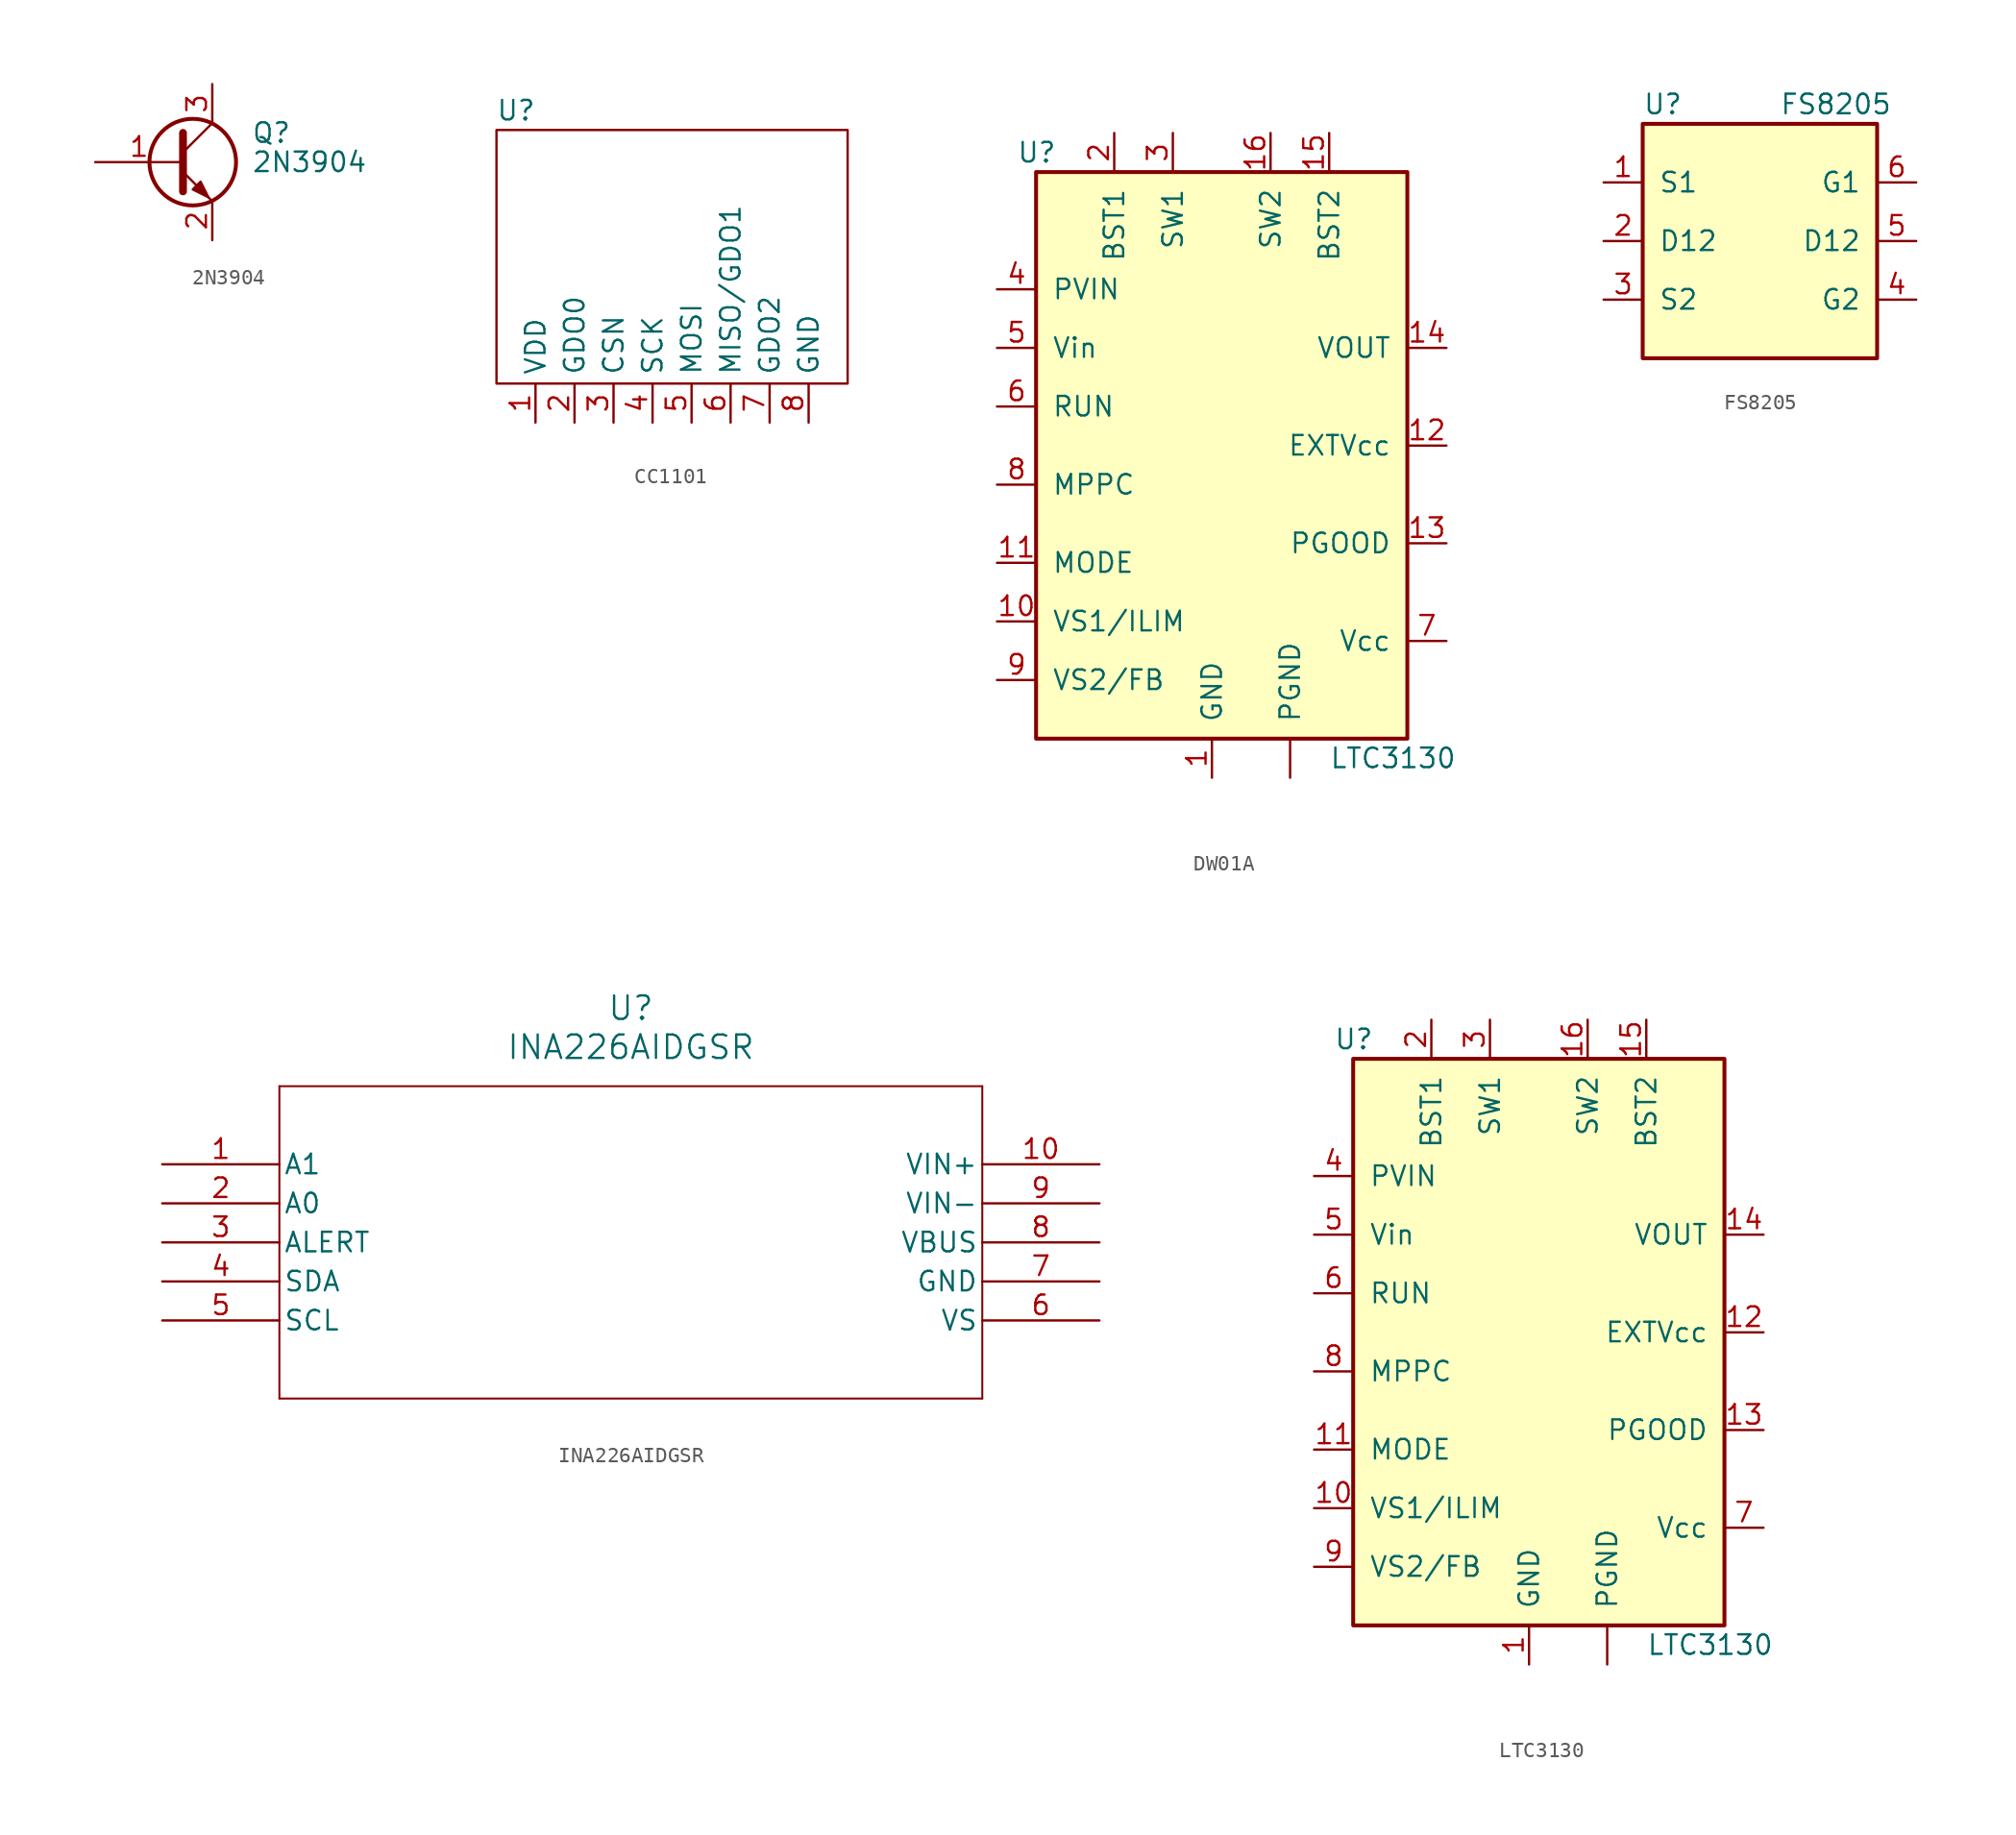
<source format=kicad_sym>
(kicad_symbol_lib
  (version 20220914)
  (generator kicad_symbol_editor)
  (symbol "2N3904"
    (pin_names
      (offset 0) hide)
    (property "Reference" "Q"
      (at 5.08 1.905 0)
      (effects (font (size 1.27 1.27)) (justify left)))
    (property "Value" "2N3904"
      (at 5.08 0 0)
      (effects (font (size 1.27 1.27)) (justify left)))
    (symbol "2N3904_0_1"
      (polyline (pts (xy 0.635 0.635) (xy 2.54 2.54)) (stroke (width 0) (type default)) (fill (type none)))
      (polyline (pts (xy 0.635 -0.635) (xy 2.54 -2.54) (xy 2.54 -2.54)) (stroke (width 0) (type default)) (fill (type none)))
      (polyline (pts (xy 0.635 1.905) (xy 0.635 -1.905) (xy 0.635 -1.905)) (stroke (width 0.508) (type default)) (fill (type none)))
      (polyline (pts (xy 1.27 -1.778) (xy 1.778 -1.27) (xy 2.286 -2.286) (xy 1.27 -1.778) (xy 1.27 -1.778)) (stroke (width 0) (type default)) (fill (type outline)))
      (circle (center 1.27 0) (radius 2.819) (stroke (width 0.254) (type default)) (fill (type none))))
    (symbol "2N3904_1_1"
      (pin passive line (at -5.08 0 0) (length 5.715) (name "B" (effects (font (size 1.27 1.27)))) (number "1" (effects (font (size 1.27 1.27)))))
      (pin passive line (at 2.54 -5.08 90) (length 2.54) (name "E" (effects (font (size 1.27 1.27)))) (number "2" (effects (font (size 1.27 1.27)))))
      (pin passive line (at 2.54 5.08 270) (length 2.54) (name "C" (effects (font (size 1.27 1.27)))) (number "3" (effects (font (size 1.27 1.27)))))))
  (symbol "CC1101"
    (property "Reference" "U"
      (at 1.27 1.27 0)
      (effects (font (size 1.27 1.27))))
    (property "Value" ""
      (at 0 0 0)
      (effects (font (size 1.27 1.27))))
    (symbol "CC1101_0_1"
      (rectangle (start 0 0) (end 22.86 -16.51) (stroke (width 0) (type default)) (fill (type none))))
    (symbol "CC1101_1_1"
      (pin power_in line (at 2.54 -19.05 90) (length 2.54) (name "VDD" (effects (font (size 1.27 1.27)))) (number "1" (effects (font (size 1.27 1.27)))))
      (pin output line (at 5.08 -19.05 90) (length 2.54) (name "GDO0" (effects (font (size 1.27 1.27)))) (number "2" (effects (font (size 1.27 1.27)))))
      (pin input line (at 7.62 -19.05 90) (length 2.54) (name "CSN" (effects (font (size 1.27 1.27)))) (number "3" (effects (font (size 1.27 1.27)))))
      (pin input line (at 10.16 -19.05 90) (length 2.54) (name "SCK" (effects (font (size 1.27 1.27)))) (number "4" (effects (font (size 1.27 1.27)))))
      (pin input line (at 12.7 -19.05 90) (length 2.54) (name "MOSI" (effects (font (size 1.27 1.27)))) (number "5" (effects (font (size 1.27 1.27)))))
      (pin output line (at 15.24 -19.05 90) (length 2.54) (name "MISO/GDO1" (effects (font (size 1.27 1.27)))) (number "6" (effects (font (size 1.27 1.27)))))
      (pin output line (at 17.78 -19.05 90) (length 2.54) (name "GDO2" (effects (font (size 1.27 1.27)))) (number "7" (effects (font (size 1.27 1.27)))))
      (pin power_in line (at 20.32 -19.05 90) (length 2.54) (name "GND" (effects (font (size 1.27 1.27)))) (number "8" (effects (font (size 1.27 1.27)))))))
  (symbol "DW01A"
    (pin_names
      (offset 1.016))
    (property "Reference" "U"
      (at -16.51 12.7 0)
      (effects (font (size 1.27 1.27)) (justify left)))
    (property "Value" "LTC3130"
      (at 3.81 -26.67 0)
      (effects (font (size 1.27 1.27)) (justify left)))
    (symbol "DW01A_0_1"
      (rectangle (start -15.24 11.43) (end 8.89 -25.4) (stroke (width 0.254) (type default)) (fill (type background))))
    (symbol "DW01A_1_1"
      (pin power_in line (at 1.27 -27.94 90) (length 2.54) (name "PGND" (effects (font (size 1.27 1.27)))) (number "" (effects (font (size 1.27 1.27)))))
      (pin power_in line (at -3.81 -27.94 90) (length 2.54) (name "GND" (effects (font (size 1.27 1.27)))) (number "1" (effects (font (size 1.27 1.27)))))
      (pin output line (at -17.78 -17.78 0) (length 2.54) (name "VS1/ILIM" (effects (font (size 1.27 1.27)))) (number "10" (effects (font (size 1.27 1.27)))))
      (pin output line (at -17.78 -13.97 0) (length 2.54) (name "MODE" (effects (font (size 1.27 1.27)))) (number "11" (effects (font (size 1.27 1.27)))))
      (pin power_in line (at 11.43 -6.35 180) (length 2.54) (name "EXTVcc" (effects (font (size 1.27 1.27)))) (number "12" (effects (font (size 1.27 1.27)))))
      (pin input line (at 11.43 -12.7 180) (length 2.54) (name "PGOOD" (effects (font (size 1.27 1.27)))) (number "13" (effects (font (size 1.27 1.27)))))
      (pin power_in line (at 11.43 0 180) (length 2.54) (name "VOUT" (effects (font (size 1.27 1.27)))) (number "14" (effects (font (size 1.27 1.27)))))
      (pin input line (at 3.81 13.97 270) (length 2.54) (name "BST2" (effects (font (size 1.27 1.27)))) (number "15" (effects (font (size 1.27 1.27)))))
      (pin input line (at 0 13.97 270) (length 2.54) (name "SW2" (effects (font (size 1.27 1.27)))) (number "16" (effects (font (size 1.27 1.27)))))
      (pin input line (at -10.16 13.97 270) (length 2.54) (name "BST1" (effects (font (size 1.27 1.27)))) (number "2" (effects (font (size 1.27 1.27)))))
      (pin input line (at -6.35 13.97 270) (length 2.54) (name "SW1" (effects (font (size 1.27 1.27)))) (number "3" (effects (font (size 1.27 1.27)))))
      (pin output line (at -17.78 3.81 0) (length 2.54) (name "PVIN" (effects (font (size 1.27 1.27)))) (number "4" (effects (font (size 1.27 1.27)))))
      (pin input line (at -17.78 0 0) (length 2.54) (name "Vin" (effects (font (size 1.27 1.27)))) (number "5" (effects (font (size 1.27 1.27)))))
      (pin input line (at -17.78 -3.81 0) (length 2.54) (name "RUN" (effects (font (size 1.27 1.27)))) (number "6" (effects (font (size 1.27 1.27)))))
      (pin input line (at 11.43 -19.05 180) (length 2.54) (name "Vcc" (effects (font (size 1.27 1.27)))) (number "7" (effects (font (size 1.27 1.27)))))
      (pin input line (at -17.78 -8.89 0) (length 2.54) (name "MPPC" (effects (font (size 1.27 1.27)))) (number "8" (effects (font (size 1.27 1.27)))))
      (pin output line (at -17.78 -21.59 0) (length 2.54) (name "VS2/FB" (effects (font (size 1.27 1.27)))) (number "9" (effects (font (size 1.27 1.27)))))))
  (symbol "FS8205"
    (pin_names
      (offset 1.016))
    (property "Reference" "U"
      (at -7.62 8.89 0)
      (effects (font (size 1.27 1.27)) (justify left)))
    (property "Value" "FS8205"
      (at 1.27 8.89 0)
      (effects (font (size 1.27 1.27)) (justify left)))
    (symbol "FS8205_0_1"
      (rectangle (start -7.62 7.62) (end 7.62 -7.62) (stroke (width 0.254) (type default)) (fill (type background))))
    (symbol "FS8205_1_1"
      (pin input line (at -10.16 3.81 0) (length 2.54) (name "S1" (effects (font (size 1.27 1.27)))) (number "1" (effects (font (size 1.27 1.27)))))
      (pin input line (at -10.16 0 0) (length 2.54) (name "D12" (effects (font (size 1.27 1.27)))) (number "2" (effects (font (size 1.27 1.27)))))
      (pin input line (at -10.16 -3.81 0) (length 2.54) (name "S2" (effects (font (size 1.27 1.27)))) (number "3" (effects (font (size 1.27 1.27)))))
      (pin input line (at 10.16 -3.81 180) (length 2.54) (name "G2" (effects (font (size 1.27 1.27)))) (number "4" (effects (font (size 1.27 1.27)))))
      (pin input line (at 10.16 0 180) (length 2.54) (name "D12" (effects (font (size 1.27 1.27)))) (number "5" (effects (font (size 1.27 1.27)))))
      (pin input line (at 10.16 3.81 180) (length 2.54) (name "G1" (effects (font (size 1.27 1.27)))) (number "6" (effects (font (size 1.27 1.27)))))))
  (symbol "INA226AIDGSR"
    (pin_names
      (offset 0.254))
    (property "Reference" "U"
      (at 30.48 10.16 0)
      (effects (font (size 1.524 1.524))))
    (property "Value" "INA226AIDGSR"
      (at 30.48 7.62 0)
      (effects (font (size 1.524 1.524))))
    (symbol "INA226AIDGSR_0_1"
      (polyline (pts (xy 7.62 5.08) (xy 7.62 -15.24)) (stroke (width 0.127) (type default) (color 0 0 0 0)) (fill (type none)))
      (polyline (pts (xy 7.62 -15.24) (xy 53.34 -15.24)) (stroke (width 0.127) (type default) (color 0 0 0 0)) (fill (type none)))
      (polyline (pts (xy 53.34 -15.24) (xy 53.34 5.08)) (stroke (width 0.127) (type default) (color 0 0 0 0)) (fill (type none)))
      (polyline (pts (xy 53.34 5.08) (xy 7.62 5.08)) (stroke (width 0.127) (type default) (color 0 0 0 0)) (fill (type none)))
      (pin unspecified line (at 0 0 0) (length 7.62) (name "A1" (effects (font (size 1.27 1.27)))) (number "1" (effects (font (size 1.27 1.27)))))
      (pin unspecified line (at 0 -2.54 0) (length 7.62) (name "A0" (effects (font (size 1.27 1.27)))) (number "2" (effects (font (size 1.27 1.27)))))
      (pin output line (at 0 -5.08 0) (length 7.62) (name "ALERT" (effects (font (size 1.27 1.27)))) (number "3" (effects (font (size 1.27 1.27)))))
      (pin bidirectional line (at 0 -7.62 0) (length 7.62) (name "SDA" (effects (font (size 1.27 1.27)))) (number "4" (effects (font (size 1.27 1.27)))))
      (pin input line (at 0 -10.16 0) (length 7.62) (name "SCL" (effects (font (size 1.27 1.27)))) (number "5" (effects (font (size 1.27 1.27)))))
      (pin power_in line (at 60.96 -10.16 180) (length 7.62) (name "VS" (effects (font (size 1.27 1.27)))) (number "6" (effects (font (size 1.27 1.27)))))
      (pin power_in line (at 60.96 -7.62 180) (length 7.62) (name "GND" (effects (font (size 1.27 1.27)))) (number "7" (effects (font (size 1.27 1.27)))))
      (pin input line (at 60.96 -5.08 180) (length 7.62) (name "VBUS" (effects (font (size 1.27 1.27)))) (number "8" (effects (font (size 1.27 1.27)))))
      (pin input line (at 60.96 -2.54 180) (length 7.62) (name "VIN-" (effects (font (size 1.27 1.27)))) (number "9" (effects (font (size 1.27 1.27)))))
      (pin input line (at 60.96 0 180) (length 7.62) (name "VIN+" (effects (font (size 1.27 1.27)))) (number "10" (effects (font (size 1.27 1.27)))))))
  (symbol "LTC3130"
    (pin_names
      (offset 1.016))
    (property "Reference" "U"
      (at -16.51 12.7 0)
      (effects (font (size 1.27 1.27)) (justify left)))
    (property "Value" "LTC3130"
      (at 3.81 -26.67 0)
      (effects (font (size 1.27 1.27)) (justify left)))
    (symbol "LTC3130_0_1"
      (rectangle (start -15.24 11.43) (end 8.89 -25.4) (stroke (width 0.254) (type default)) (fill (type background))))
    (symbol "LTC3130_1_1"
      (pin power_in line (at 1.27 -27.94 90) (length 2.54) (name "PGND" (effects (font (size 1.27 1.27)))) (number "" (effects (font (size 1.27 1.27)))))
      (pin power_in line (at -3.81 -27.94 90) (length 2.54) (name "GND" (effects (font (size 1.27 1.27)))) (number "1" (effects (font (size 1.27 1.27)))))
      (pin output line (at -17.78 -17.78 0) (length 2.54) (name "VS1/ILIM" (effects (font (size 1.27 1.27)))) (number "10" (effects (font (size 1.27 1.27)))))
      (pin output line (at -17.78 -13.97 0) (length 2.54) (name "MODE" (effects (font (size 1.27 1.27)))) (number "11" (effects (font (size 1.27 1.27)))))
      (pin power_in line (at 11.43 -6.35 180) (length 2.54) (name "EXTVcc" (effects (font (size 1.27 1.27)))) (number "12" (effects (font (size 1.27 1.27)))))
      (pin input line (at 11.43 -12.7 180) (length 2.54) (name "PGOOD" (effects (font (size 1.27 1.27)))) (number "13" (effects (font (size 1.27 1.27)))))
      (pin power_in line (at 11.43 0 180) (length 2.54) (name "VOUT" (effects (font (size 1.27 1.27)))) (number "14" (effects (font (size 1.27 1.27)))))
      (pin input line (at 3.81 13.97 270) (length 2.54) (name "BST2" (effects (font (size 1.27 1.27)))) (number "15" (effects (font (size 1.27 1.27)))))
      (pin input line (at 0 13.97 270) (length 2.54) (name "SW2" (effects (font (size 1.27 1.27)))) (number "16" (effects (font (size 1.27 1.27)))))
      (pin input line (at -10.16 13.97 270) (length 2.54) (name "BST1" (effects (font (size 1.27 1.27)))) (number "2" (effects (font (size 1.27 1.27)))))
      (pin input line (at -6.35 13.97 270) (length 2.54) (name "SW1" (effects (font (size 1.27 1.27)))) (number "3" (effects (font (size 1.27 1.27)))))
      (pin output line (at -17.78 3.81 0) (length 2.54) (name "PVIN" (effects (font (size 1.27 1.27)))) (number "4" (effects (font (size 1.27 1.27)))))
      (pin input line (at -17.78 0 0) (length 2.54) (name "Vin" (effects (font (size 1.27 1.27)))) (number "5" (effects (font (size 1.27 1.27)))))
      (pin input line (at -17.78 -3.81 0) (length 2.54) (name "RUN" (effects (font (size 1.27 1.27)))) (number "6" (effects (font (size 1.27 1.27)))))
      (pin input line (at 11.43 -19.05 180) (length 2.54) (name "Vcc" (effects (font (size 1.27 1.27)))) (number "7" (effects (font (size 1.27 1.27)))))
      (pin input line (at -17.78 -8.89 0) (length 2.54) (name "MPPC" (effects (font (size 1.27 1.27)))) (number "8" (effects (font (size 1.27 1.27)))))
      (pin output line (at -17.78 -21.59 0) (length 2.54) (name "VS2/FB" (effects (font (size 1.27 1.27)))) (number "9" (effects (font (size 1.27 1.27))))))))
</source>
